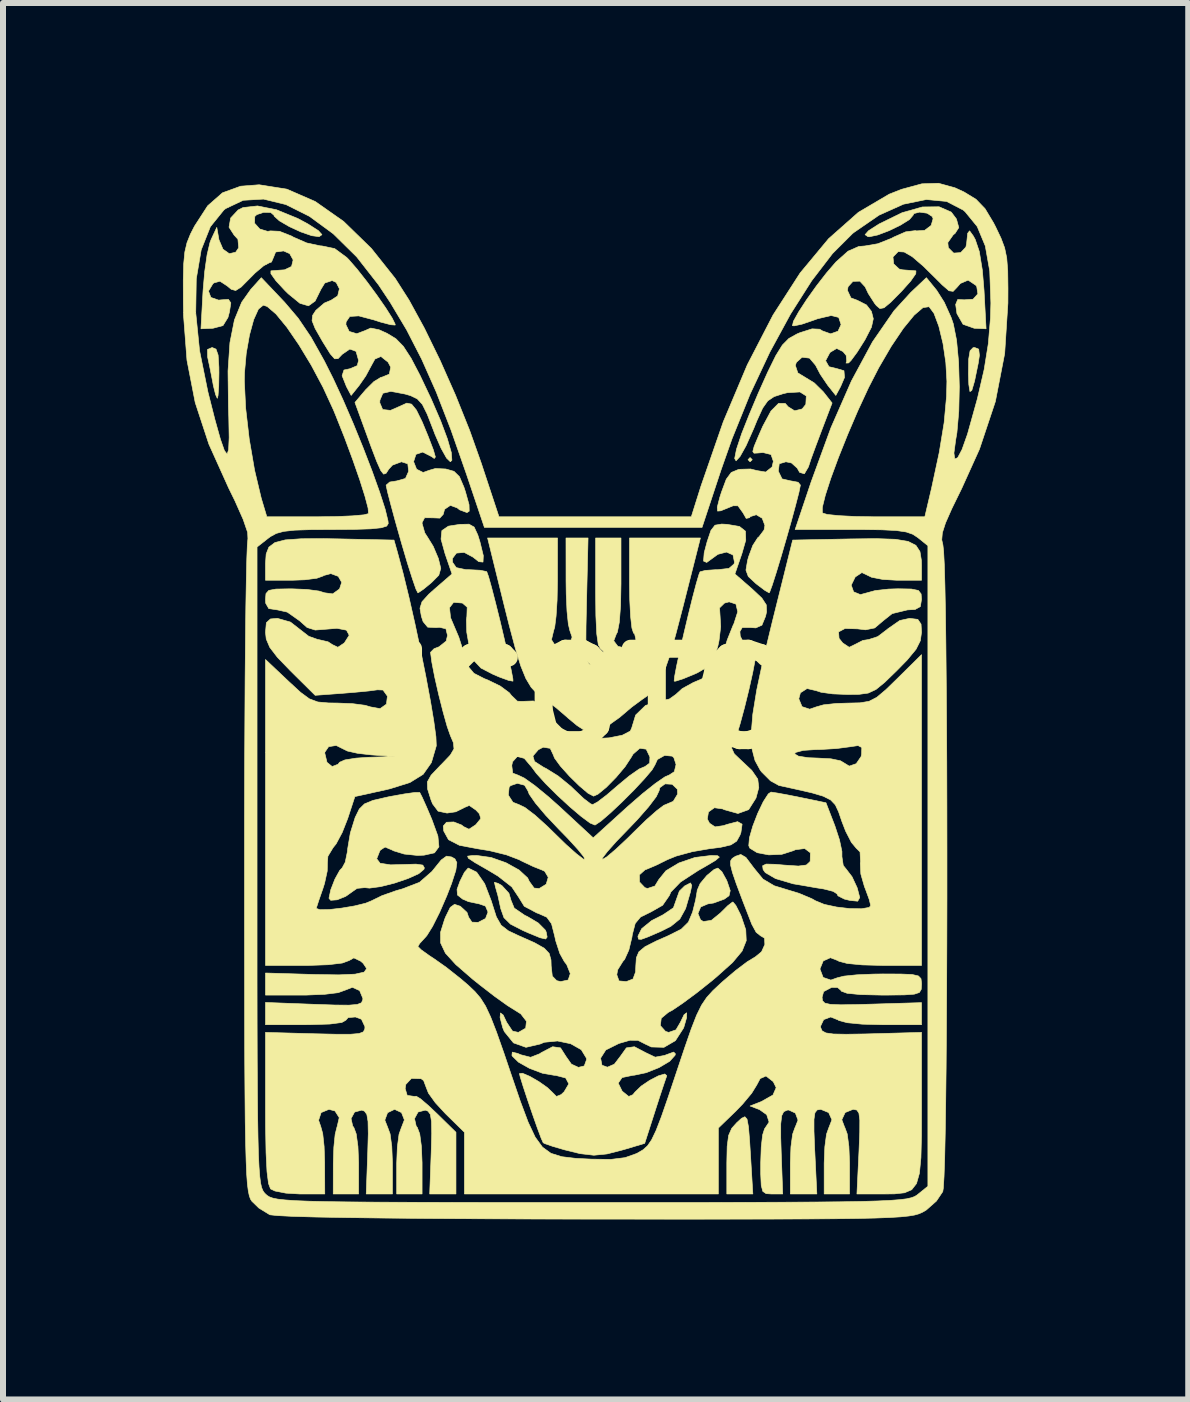
<source format=kicad_pcb>
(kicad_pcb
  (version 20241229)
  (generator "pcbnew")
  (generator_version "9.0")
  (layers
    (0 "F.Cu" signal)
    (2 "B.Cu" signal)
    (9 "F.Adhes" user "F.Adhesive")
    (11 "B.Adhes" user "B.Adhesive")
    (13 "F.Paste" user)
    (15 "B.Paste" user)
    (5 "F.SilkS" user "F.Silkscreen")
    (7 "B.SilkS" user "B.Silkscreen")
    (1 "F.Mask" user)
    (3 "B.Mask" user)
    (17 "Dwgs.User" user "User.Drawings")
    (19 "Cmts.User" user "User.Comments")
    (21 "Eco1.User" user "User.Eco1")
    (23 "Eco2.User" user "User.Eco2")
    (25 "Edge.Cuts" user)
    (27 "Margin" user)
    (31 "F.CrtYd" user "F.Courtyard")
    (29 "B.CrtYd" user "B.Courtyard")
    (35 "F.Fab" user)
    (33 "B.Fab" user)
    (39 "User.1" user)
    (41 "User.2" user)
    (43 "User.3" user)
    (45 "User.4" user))
  (footprint "ICOTC"
    (layer "F.Cu")
    (at 6.738 8.599)
    (property "Reference" "ICOTC" (at 0 0 0) (layer "F.SilkS") (effects (font (size 1.524 1.524) (thickness 0.3))))
    (attr through_hole)
    (fp_poly (pts (xy 2.752 -3.986) (xy 2.716 -3.951) (xy 2.681 -3.986) (xy 2.716 -4.022) (xy 2.752 -3.986)) (stroke (width 0.01) (type solid)) (fill yes) (layer "F.SilkS"))
    (fp_poly (pts (xy 6.527 -5.829) (xy 6.539 -5.725) (xy 6.519 -5.592) (xy 6.458 -5.296) (xy 6.412 -5.14) (xy 6.381 -5.121) (xy 6.362 -5.24) (xy 6.356 -5.415) (xy 6.36 -5.664) (xy 6.383 -5.801) (xy 6.433 -5.853) (xy 6.459 -5.856) (xy 6.527 -5.829)) (stroke (width 0.01) (type solid)) (fill yes) (layer "F.SilkS"))
    (fp_poly (pts (xy 2.665 7.007) (xy 2.689 7.134) (xy 2.708 7.365) (xy 2.727 7.673) (xy 2.762 8.255) (xy 2.328 8.255) (xy 2.328 7.738) (xy 2.334 7.459) (xy 2.358 7.279) (xy 2.41 7.16) (xy 2.493 7.067) (xy 2.574 6.993) (xy 2.629 6.967) (xy 2.665 7.007)) (stroke (width 0.01) (type solid)) (fill yes) (layer "F.SilkS"))
    (fp_poly (pts (xy -6.187 -5.829) (xy -6.152 -5.73) (xy -6.139 -5.528) (xy -6.138 -5.433) (xy -6.142 -5.209) (xy -6.153 -5.056) (xy -6.166 -5.009) (xy -6.194 -5.071) (xy -6.232 -5.224) (xy -6.241 -5.274) (xy -6.284 -5.495) (xy -6.324 -5.683) (xy -6.327 -5.697) (xy -6.329 -5.823) (xy -6.252 -5.856) (xy -6.187 -5.829)) (stroke (width 0.01) (type solid)) (fill yes) (layer "F.SilkS"))
    (fp_poly (pts (xy 1.744 3.112) (xy 1.72 3.226) (xy 1.641 3.497) (xy 1.544 3.672) (xy 1.395 3.793) (xy 1.229 3.876) (xy 1.017 3.968) (xy 0.902 4.01) (xy 0.856 4.007) (xy 0.847 3.967) (xy 0.847 3.956) (xy 0.909 3.832) (xy 1.074 3.698) (xy 1.264 3.601) (xy 1.438 3.484) (xy 1.482 3.36) (xy 1.537 3.206) (xy 1.625 3.12) (xy 1.723 3.069) (xy 1.744 3.112)) (stroke (width 0.01) (type solid)) (fill yes) (layer "F.SilkS"))
    (fp_poly (pts (xy -1.484 3.077) (xy -1.421 3.114) (xy -1.304 3.242) (xy -1.27 3.358) (xy -1.216 3.489) (xy -1.042 3.608) (xy -0.994 3.631) (xy -0.814 3.738) (xy -0.698 3.855) (xy -0.683 3.888) (xy -0.667 3.972) (xy -0.692 4.004) (xy -0.785 3.983) (xy -0.972 3.906) (xy -1.07 3.863) (xy -1.277 3.757) (xy -1.387 3.649) (xy -1.441 3.497) (xy -1.445 3.477) (xy -1.488 3.28) (xy -1.53 3.133) (xy -1.531 3.128) (xy -1.546 3.059) (xy -1.484 3.077)) (stroke (width 0.01) (type solid)) (fill yes) (layer "F.SilkS"))
    (fp_poly (pts (xy 3.17 1.571) (xy 3.366 1.607) (xy 3.56 1.646) (xy 3.981 1.733) (xy 4.13 2.119) (xy 4.206 2.351) (xy 4.247 2.544) (xy 4.247 2.631) (xy 4.269 2.778) (xy 4.321 2.843) (xy 4.416 2.967) (xy 4.501 3.15) (xy 4.503 3.157) (xy 4.544 3.313) (xy 4.51 3.374) (xy 4.379 3.361) (xy 4.286 3.338) (xy 4.182 3.285) (xy 4.163 3.25) (xy 4.1 3.21) (xy 3.939 3.169) (xy 3.828 3.152) (xy 3.433 3.084) (xy 3.142 2.998) (xy 2.97 2.898) (xy 2.933 2.846) (xy 2.925 2.783) (xy 2.984 2.755) (xy 3.137 2.759) (xy 3.283 2.772) (xy 3.521 2.788) (xy 3.654 2.771) (xy 3.714 2.715) (xy 3.718 2.707) (xy 3.721 2.567) (xy 3.627 2.496) (xy 3.471 2.516) (xy 3.436 2.532) (xy 3.244 2.593) (xy 3.028 2.602) (xy 2.835 2.566) (xy 2.712 2.49) (xy 2.694 2.449) (xy 2.705 2.317) (xy 2.761 2.123) (xy 2.844 1.908) (xy 2.936 1.715) (xy 3.02 1.585) (xy 3.065 1.555) (xy 3.17 1.571)) (stroke (width 0.01) (type solid)) (fill yes) (layer "F.SilkS"))
    (fp_poly (pts (xy -2.791 1.562) (xy -2.753 1.635) (xy -2.678 1.802) (xy -2.589 2.011) (xy -2.488 2.289) (xy -2.471 2.468) (xy -2.545 2.568) (xy -2.72 2.607) (xy -2.832 2.611) (xy -3.051 2.588) (xy -3.23 2.533) (xy -3.249 2.522) (xy -3.369 2.471) (xy -3.446 2.521) (xy -3.458 2.54) (xy -3.508 2.667) (xy -3.452 2.741) (xy -3.278 2.768) (xy -3.08 2.763) (xy -2.853 2.756) (xy -2.74 2.772) (xy -2.714 2.818) (xy -2.721 2.843) (xy -2.807 2.915) (xy -2.986 2.996) (xy -3.213 3.073) (xy -3.443 3.131) (xy -3.629 3.156) (xy -3.708 3.148) (xy -3.835 3.16) (xy -3.899 3.204) (xy -4.026 3.294) (xy -4.168 3.351) (xy -4.275 3.359) (xy -4.304 3.325) (xy -4.274 3.183) (xy -4.205 3.006) (xy -4.125 2.861) (xy -4.083 2.817) (xy -4.033 2.724) (xy -3.997 2.549) (xy -3.992 2.498) (xy -3.948 2.237) (xy -3.869 1.983) (xy -3.865 1.973) (xy -3.798 1.837) (xy -3.712 1.752) (xy -3.57 1.693) (xy -3.334 1.639) (xy -3.287 1.629) (xy -3.048 1.586) (xy -2.87 1.561) (xy -2.791 1.561) (xy -2.791 1.562)) (stroke (width 0.01) (type solid)) (fill yes) (layer "F.SilkS"))
    (fp_poly (pts (xy -0.495 -1.958) (xy -0.501 -1.644) (xy -0.518 -1.378) (xy -0.541 -1.194) (xy -0.559 -1.135) (xy -0.595 -0.985) (xy -0.524 -0.874) (xy -0.423 -0.847) (xy -0.292 -0.901) (xy -0.251 -1.029) (xy -0.288 -1.135) (xy -0.314 -1.245) (xy -0.336 -1.46) (xy -0.349 -1.746) (xy -0.352 -1.958) (xy -0.353 -2.681) (xy 0.015 -2.681) (xy -0.01 -1.623) (xy -0.019 -1.215) (xy -0.021 -0.928) (xy -0.014 -0.74) (xy 0.004 -0.63) (xy 0.034 -0.579) (xy 0.08 -0.565) (xy 0.09 -0.564) (xy 0.2 -0.608) (xy 0.268 -0.704) (xy 0.267 -0.798) (xy 0.224 -0.831) (xy 0.186 -0.899) (xy 0.16 -1.081) (xy 0.145 -1.386) (xy 0.141 -1.77) (xy 0.141 -2.681) (xy 0.564 -2.681) (xy 0.564 -1.919) (xy 0.557 -1.553) (xy 0.536 -1.276) (xy 0.504 -1.111) (xy 0.486 -1.079) (xy 0.443 -0.966) (xy 0.512 -0.875) (xy 0.632 -0.847) (xy 0.749 -0.891) (xy 0.813 -0.988) (xy 0.791 -1.082) (xy 0.773 -1.096) (xy 0.746 -1.179) (xy 0.724 -1.373) (xy 0.71 -1.647) (xy 0.706 -1.909) (xy 0.706 -2.681) (xy 1.888 -2.681) (xy 1.597 -1.533) (xy 1.475 -1.066) (xy 1.375 -0.714) (xy 1.286 -0.458) (xy 1.2 -0.275) (xy 1.107 -0.145) (xy 0.997 -0.045) (xy 0.917 0.01) (xy 0.742 0.139) (xy 0.555 0.298) (xy 0.544 0.308) (xy 0.306 0.476) (xy 0.076 0.54) (xy -0.057 0.518) (xy -0.168 0.446) (xy -0.319 0.321) (xy -0.339 0.302) (xy -0.523 0.145) (xy -0.702 0.013) (xy -0.706 0.01) (xy -0.83 -0.081) (xy -0.933 -0.191) (xy -1.022 -0.339) (xy -1.107 -0.548) (xy -1.197 -0.84) (xy -1.302 -1.235) (xy -1.377 -1.534) (xy -1.66 -2.681) (xy -0.494 -2.681) (xy -0.495 -1.958)) (stroke (width 0.01) (type solid)) (fill yes) (layer "F.SilkS"))
    (fp_poly (pts (xy -5.181 -8.153) (xy -4.824 -8.007) (xy -4.657 -7.917) (xy -4.48 -7.804) (xy -4.421 -7.737) (xy -4.468 -7.704) (xy -4.469 -7.704) (xy -4.591 -7.72) (xy -4.773 -7.783) (xy -4.968 -7.873) (xy -5.131 -7.968) (xy -5.217 -8.046) (xy -5.221 -8.061) (xy -5.276 -8.107) (xy -5.394 -8.109) (xy -5.508 -8.071) (xy -5.541 -8.04) (xy -5.544 -7.928) (xy -5.457 -7.831) (xy -5.326 -7.792) (xy -5.279 -7.8) (xy -5.128 -7.793) (xy -4.93 -7.715) (xy -4.897 -7.696) (xy -4.675 -7.599) (xy -4.451 -7.551) (xy -4.42 -7.549) (xy -4.209 -7.505) (xy -4.008 -7.357) (xy -3.972 -7.32) (xy -3.834 -7.161) (xy -3.672 -6.955) (xy -3.507 -6.731) (xy -3.359 -6.518) (xy -3.25 -6.346) (xy -3.2 -6.244) (xy -3.201 -6.23) (xy -3.276 -6.236) (xy -3.441 -6.279) (xy -3.555 -6.316) (xy -3.808 -6.383) (xy -3.957 -6.374) (xy -4.018 -6.284) (xy -4.022 -6.238) (xy -3.967 -6.124) (xy -3.841 -6.086) (xy -3.705 -6.137) (xy -3.608 -6.18) (xy -3.469 -6.152) (xy -3.336 -6.092) (xy -3.189 -6.003) (xy -3.064 -5.875) (xy -2.936 -5.678) (xy -2.787 -5.393) (xy -2.598 -4.994) (xy -2.443 -4.635) (xy -2.33 -4.333) (xy -2.265 -4.107) (xy -2.255 -3.977) (xy -2.28 -3.951) (xy -2.344 -4.013) (xy -2.435 -4.176) (xy -2.537 -4.41) (xy -2.563 -4.479) (xy -2.666 -4.744) (xy -2.747 -4.907) (xy -2.832 -5) (xy -2.945 -5.054) (xy -3.039 -5.081) (xy -3.274 -5.125) (xy -3.406 -5.093) (xy -3.455 -4.978) (xy -3.457 -4.935) (xy -3.409 -4.822) (xy -3.278 -4.808) (xy -3.105 -4.884) (xy -3.007 -4.929) (xy -2.927 -4.912) (xy -2.847 -4.814) (xy -2.75 -4.616) (xy -2.653 -4.382) (xy -2.564 -4.15) (xy -2.53 -4.031) (xy -2.549 -4.006) (xy -2.594 -4.038) (xy -2.742 -4.113) (xy -2.854 -4.075) (xy -2.893 -3.953) (xy -2.843 -3.827) (xy -2.734 -3.773) (xy -2.637 -3.808) (xy -2.53 -3.839) (xy -2.358 -3.831) (xy -2.357 -3.831) (xy -2.22 -3.792) (xy -2.13 -3.704) (xy -2.054 -3.527) (xy -2.029 -3.451) (xy -1.969 -3.236) (xy -1.966 -3.128) (xy -2.003 -3.104) (xy -2.126 -3.15) (xy -2.167 -3.183) (xy -2.281 -3.224) (xy -2.377 -3.159) (xy -2.399 -3.075) (xy -2.457 -3.012) (xy -2.575 -3.017) (xy -2.71 -3.018) (xy -2.751 -2.939) (xy -2.752 -2.924) (xy -2.707 -2.766) (xy -2.656 -2.687) (xy -2.567 -2.543) (xy -2.484 -2.348) (xy -2.481 -2.341) (xy -2.44 -2.174) (xy -2.473 -2.06) (xy -2.595 -1.937) (xy -2.73 -1.826) (xy -2.816 -1.768) (xy -2.822 -1.766) (xy -2.854 -1.829) (xy -2.914 -2.003) (xy -2.996 -2.261) (xy -3.09 -2.579) (xy -3.104 -2.628) (xy -3.198 -2.96) (xy -3.275 -3.245) (xy -3.329 -3.453) (xy -3.351 -3.558) (xy -3.351 -3.562) (xy -3.291 -3.614) (xy -3.175 -3.632) (xy -3.029 -3.673) (xy -2.976 -3.792) (xy -2.99 -3.917) (xy -3.096 -3.951) (xy -3.246 -3.895) (xy -3.307 -3.828) (xy -3.352 -3.759) (xy -3.393 -3.745) (xy -3.44 -3.804) (xy -3.507 -3.954) (xy -3.605 -4.211) (xy -3.658 -4.357) (xy -3.871 -4.94) (xy -3.693 -5.151) (xy -3.556 -5.287) (xy -3.439 -5.359) (xy -3.42 -5.362) (xy -3.298 -5.412) (xy -3.275 -5.529) (xy -3.319 -5.612) (xy -3.439 -5.707) (xy -3.538 -5.663) (xy -3.597 -5.556) (xy -3.691 -5.381) (xy -3.798 -5.227) (xy -3.934 -5.057) (xy -4.013 -5.205) (xy -4.085 -5.386) (xy -4.054 -5.481) (xy -3.951 -5.503) (xy -3.833 -5.554) (xy -3.81 -5.64) (xy -3.853 -5.792) (xy -3.957 -5.83) (xy -4.086 -5.741) (xy -4.086 -5.74) (xy -4.153 -5.67) (xy -4.21 -5.668) (xy -4.283 -5.751) (xy -4.399 -5.937) (xy -4.417 -5.967) (xy -4.535 -6.174) (xy -4.586 -6.303) (xy -4.577 -6.392) (xy -4.522 -6.476) (xy -4.381 -6.597) (xy -4.269 -6.644) (xy -4.159 -6.716) (xy -4.13 -6.835) (xy -4.184 -6.941) (xy -4.251 -6.972) (xy -4.374 -6.931) (xy -4.437 -6.828) (xy -4.535 -6.63) (xy -4.645 -6.551) (xy -4.787 -6.592) (xy -4.982 -6.751) (xy -5.037 -6.805) (xy -5.188 -6.968) (xy -5.272 -7.086) (xy -5.272 -7.134) (xy -5.131 -7.145) (xy -5.045 -7.151) (xy -4.928 -7.207) (xy -4.901 -7.316) (xy -4.959 -7.421) (xy -5.062 -7.466) (xy -5.193 -7.448) (xy -5.221 -7.378) (xy -5.262 -7.281) (xy -5.301 -7.267) (xy -5.392 -7.219) (xy -5.536 -7.098) (xy -5.621 -7.012) (xy -5.768 -6.864) (xy -5.859 -6.806) (xy -5.933 -6.826) (xy -5.999 -6.881) (xy -6.121 -6.961) (xy -6.221 -6.933) (xy -6.239 -6.919) (xy -6.312 -6.797) (xy -6.273 -6.691) (xy -6.144 -6.646) (xy -6.093 -6.651) (xy -5.98 -6.658) (xy -5.94 -6.6) (xy -5.963 -6.449) (xy -5.988 -6.356) (xy -6.071 -6.221) (xy -6.237 -6.177) (xy -6.438 -6.168) (xy -6.403 -6.806) (xy -6.376 -7.119) (xy -6.336 -7.401) (xy -6.288 -7.605) (xy -6.271 -7.651) (xy -6.174 -7.859) (xy -6.138 -7.652) (xy -6.071 -7.495) (xy -5.965 -7.42) (xy -5.859 -7.445) (xy -5.809 -7.519) (xy -5.822 -7.661) (xy -5.886 -7.731) (xy -5.97 -7.862) (xy -5.943 -8.015) (xy -5.818 -8.149) (xy -5.737 -8.189) (xy -5.496 -8.216) (xy -5.181 -8.153)) (stroke (width 0.01) (type solid)) (fill yes) (layer "F.SilkS"))
    (fp_poly (pts (xy 6.07 -8.113) (xy 6.156 -7.998) (xy 6.195 -7.855) (xy 6.133 -7.758) (xy 6.103 -7.735) (xy 6.012 -7.605) (xy 6.021 -7.519) (xy 6.11 -7.43) (xy 6.227 -7.438) (xy 6.313 -7.53) (xy 6.325 -7.586) (xy 6.343 -7.76) (xy 6.375 -7.801) (xy 6.436 -7.717) (xy 6.469 -7.657) (xy 6.537 -7.456) (xy 6.588 -7.144) (xy 6.616 -6.807) (xy 6.65 -6.168) (xy 6.452 -6.177) (xy 6.266 -6.243) (xy 6.164 -6.422) (xy 6.143 -6.573) (xy 6.177 -6.656) (xy 6.287 -6.651) (xy 6.433 -6.661) (xy 6.513 -6.75) (xy 6.494 -6.874) (xy 6.478 -6.894) (xy 6.351 -6.979) (xy 6.222 -6.924) (xy 6.168 -6.862) (xy 6.101 -6.792) (xy 6.031 -6.802) (xy 5.917 -6.901) (xy 5.869 -6.95) (xy 5.608 -7.208) (xy 5.419 -7.37) (xy 5.285 -7.448) (xy 5.189 -7.454) (xy 5.181 -7.451) (xy 5.098 -7.365) (xy 5.11 -7.25) (xy 5.202 -7.164) (xy 5.258 -7.151) (xy 5.417 -7.139) (xy 5.481 -7.134) (xy 5.478 -7.085) (xy 5.393 -6.963) (xy 5.243 -6.795) (xy 5.234 -6.786) (xy 5.057 -6.607) (xy 4.949 -6.518) (xy 4.881 -6.505) (xy 4.822 -6.554) (xy 4.792 -6.592) (xy 4.686 -6.757) (xy 4.634 -6.867) (xy 4.546 -6.962) (xy 4.431 -6.959) (xy 4.349 -6.869) (xy 4.339 -6.808) (xy 4.397 -6.683) (xy 4.502 -6.644) (xy 4.656 -6.566) (xy 4.739 -6.458) (xy 4.77 -6.335) (xy 4.739 -6.194) (xy 4.634 -5.99) (xy 4.622 -5.97) (xy 4.501 -5.778) (xy 4.398 -5.639) (xy 4.357 -5.598) (xy 4.315 -5.597) (xy 4.327 -5.626) (xy 4.318 -5.724) (xy 4.264 -5.789) (xy 4.159 -5.841) (xy 4.055 -5.778) (xy 4.045 -5.769) (xy 3.975 -5.636) (xy 4.031 -5.536) (xy 4.167 -5.503) (xy 4.281 -5.469) (xy 4.29 -5.357) (xy 4.225 -5.205) (xy 4.145 -5.057) (xy 4.01 -5.227) (xy 3.886 -5.41) (xy 3.807 -5.561) (xy 3.707 -5.679) (xy 3.583 -5.694) (xy 3.487 -5.608) (xy 3.471 -5.556) (xy 3.512 -5.433) (xy 3.619 -5.368) (xy 3.787 -5.265) (xy 3.937 -5.117) (xy 4.083 -4.931) (xy 3.903 -4.459) (xy 3.808 -4.206) (xy 3.73 -3.993) (xy 3.688 -3.864) (xy 3.687 -3.863) (xy 3.621 -3.751) (xy 3.542 -3.774) (xy 3.502 -3.845) (xy 3.407 -3.931) (xy 3.313 -3.951) (xy 3.202 -3.918) (xy 3.187 -3.796) (xy 3.188 -3.792) (xy 3.249 -3.666) (xy 3.387 -3.634) (xy 3.516 -3.61) (xy 3.555 -3.563) (xy 3.531 -3.444) (xy 3.477 -3.235) (xy 3.404 -2.965) (xy 3.319 -2.666) (xy 3.232 -2.367) (xy 3.151 -2.1) (xy 3.085 -1.894) (xy 3.043 -1.78) (xy 3.034 -1.766) (xy 2.961 -1.808) (xy 2.829 -1.908) (xy 2.806 -1.927) (xy 2.686 -2.039) (xy 2.647 -2.145) (xy 2.674 -2.306) (xy 2.69 -2.365) (xy 2.761 -2.556) (xy 2.844 -2.685) (xy 2.865 -2.702) (xy 2.949 -2.814) (xy 2.963 -2.889) (xy 2.918 -3.01) (xy 2.818 -3.069) (xy 2.72 -3.037) (xy 2.707 -3.019) (xy 2.651 -3.007) (xy 2.598 -3.1) (xy 2.514 -3.217) (xy 2.434 -3.218) (xy 2.272 -3.152) (xy 2.227 -3.134) (xy 2.174 -3.129) (xy 2.169 -3.195) (xy 2.211 -3.358) (xy 2.239 -3.445) (xy 2.319 -3.66) (xy 2.402 -3.773) (xy 2.518 -3.821) (xy 2.55 -3.826) (xy 2.724 -3.831) (xy 2.832 -3.804) (xy 2.976 -3.78) (xy 3.082 -3.864) (xy 3.104 -3.959) (xy 3.065 -4.072) (xy 2.932 -4.105) (xy 2.84 -4.097) (xy 2.782 -4.094) (xy 2.761 -4.122) (xy 2.784 -4.208) (xy 2.856 -4.38) (xy 2.927 -4.542) (xy 3.064 -4.797) (xy 3.191 -4.925) (xy 3.302 -4.924) (xy 3.351 -4.868) (xy 3.459 -4.801) (xy 3.584 -4.832) (xy 3.645 -4.908) (xy 3.653 -5.048) (xy 3.547 -5.115) (xy 3.338 -5.103) (xy 3.263 -5.085) (xy 3.115 -5.037) (xy 3.011 -4.967) (xy 2.925 -4.845) (xy 2.83 -4.637) (xy 2.775 -4.502) (xy 2.649 -4.219) (xy 2.549 -4.04) (xy 2.482 -3.967) (xy 2.459 -4.006) (xy 2.489 -4.159) (xy 2.576 -4.421) (xy 2.7 -4.733) (xy 2.853 -5.096) (xy 3.004 -5.433) (xy 3.01 -5.446) (xy 3.145 -5.721) (xy 3.254 -5.897) (xy 3.363 -6.007) (xy 3.498 -6.082) (xy 3.545 -6.102) (xy 3.749 -6.167) (xy 3.876 -6.161) (xy 3.922 -6.133) (xy 4.059 -6.084) (xy 4.182 -6.128) (xy 4.233 -6.238) (xy 4.193 -6.358) (xy 4.066 -6.389) (xy 3.84 -6.335) (xy 3.771 -6.31) (xy 3.581 -6.245) (xy 3.451 -6.217) (xy 3.422 -6.22) (xy 3.439 -6.294) (xy 3.525 -6.448) (xy 3.658 -6.653) (xy 3.82 -6.88) (xy 3.989 -7.098) (xy 4.145 -7.279) (xy 4.151 -7.285) (xy 4.349 -7.462) (xy 4.527 -7.54) (xy 4.632 -7.549) (xy 4.846 -7.586) (xy 5.075 -7.677) (xy 5.109 -7.696) (xy 5.309 -7.784) (xy 5.472 -7.805) (xy 5.491 -7.8) (xy 5.626 -7.809) (xy 5.734 -7.891) (xy 5.767 -8.003) (xy 5.752 -8.04) (xy 5.666 -8.095) (xy 5.541 -8.113) (xy 5.447 -8.089) (xy 5.433 -8.061) (xy 5.373 -7.99) (xy 5.225 -7.897) (xy 5.034 -7.804) (xy 4.844 -7.732) (xy 4.703 -7.702) (xy 4.681 -7.704) (xy 4.633 -7.737) (xy 4.691 -7.803) (xy 4.866 -7.915) (xy 4.868 -7.916) (xy 5.25 -8.103) (xy 5.588 -8.199) (xy 5.867 -8.202) (xy 6.07 -8.113)) (stroke (width 0.01) (type solid)) (fill yes) (layer "F.SilkS"))
    (fp_poly (pts (xy 6.13 -8.519) (xy 6.282 -8.449) (xy 6.482 -8.327) (xy 6.633 -8.17) (xy 6.775 -7.933) (xy 6.809 -7.867) (xy 6.899 -7.678) (xy 6.959 -7.518) (xy 6.994 -7.35) (xy 7.011 -7.136) (xy 7.015 -6.841) (xy 7.014 -6.597) (xy 6.96 -5.755) (xy 6.805 -4.956) (xy 6.54 -4.162) (xy 6.244 -3.507) (xy 6.079 -3.17) (xy 5.974 -2.932) (xy 5.921 -2.767) (xy 5.911 -2.65) (xy 5.93 -2.567) (xy 5.942 -2.464) (xy 5.954 -2.233) (xy 5.964 -1.889) (xy 5.973 -1.444) (xy 5.98 -0.912) (xy 5.986 -0.308) (xy 5.991 0.355) (xy 5.995 1.064) (xy 5.997 1.805) (xy 5.998 2.564) (xy 5.998 3.328) (xy 5.996 4.083) (xy 5.993 4.815) (xy 5.989 5.511) (xy 5.984 6.157) (xy 5.977 6.739) (xy 5.969 7.244) (xy 5.96 7.658) (xy 5.949 7.968) (xy 5.937 8.159) (xy 5.928 8.215) (xy 5.822 8.373) (xy 5.653 8.522) (xy 5.629 8.537) (xy 5.582 8.563) (xy 5.528 8.586) (xy 5.457 8.606) (xy 5.36 8.622) (xy 5.225 8.636) (xy 5.044 8.647) (xy 4.807 8.656) (xy 4.503 8.663) (xy 4.124 8.668) (xy 3.658 8.671) (xy 3.096 8.673) (xy 2.429 8.674) (xy 1.646 8.675) (xy 0.737 8.674) (xy 0.141 8.674) (xy -0.887 8.672) (xy -1.823 8.668) (xy -2.661 8.663) (xy -3.394 8.656) (xy -4.017 8.648) (xy -4.524 8.639) (xy -4.908 8.628) (xy -5.165 8.615) (xy -5.286 8.602) (xy -5.292 8.6) (xy -5.473 8.489) (xy -5.59 8.375) (xy -5.613 8.339) (xy -5.632 8.285) (xy -5.649 8.204) (xy -5.664 8.087) (xy -5.676 7.923) (xy -5.685 7.705) (xy -5.693 7.421) (xy -5.7 7.062) (xy -5.704 6.62) (xy -5.708 6.084) (xy -5.71 5.445) (xy -5.711 4.693) (xy -5.712 3.819) (xy -5.712 2.822) (xy -5.712 1.961) (xy -5.71 1.139) (xy -5.706 0.369) (xy -5.702 -0.339) (xy -5.696 -0.974) (xy -5.69 -1.525) (xy -5.682 -1.98) (xy -5.674 -2.329) (xy -5.665 -2.56) (xy -5.656 -2.663) (xy -5.655 -2.667) (xy -5.66 -2.774) (xy -5.734 -2.99) (xy -5.873 -3.303) (xy -5.976 -3.513) (xy -6.306 -4.245) (xy -6.534 -4.939) (xy -6.671 -5.642) (xy -6.729 -6.398) (xy -6.729 -6.436) (xy -6.525 -6.436) (xy -6.461 -5.801) (xy -6.322 -5.115) (xy -6.205 -4.653) (xy -6.114 -4.328) (xy -6.047 -4.137) (xy -6.002 -4.079) (xy -5.977 -4.152) (xy -5.968 -4.355) (xy -5.974 -4.685) (xy -5.98 -4.869) (xy -5.985 -5.301) (xy -5.715 -5.301) (xy -5.693 -4.847) (xy -5.633 -4.328) (xy -5.544 -3.81) (xy -5.437 -3.36) (xy -5.426 -3.32) (xy -5.34 -3.034) (xy -4.509 -3.034) (xy -4.181 -3.038) (xy -3.909 -3.05) (xy -3.72 -3.067) (xy -3.645 -3.087) (xy -3.652 -3.179) (xy -3.704 -3.376) (xy -3.792 -3.654) (xy -3.908 -3.987) (xy -4.043 -4.351) (xy -4.19 -4.72) (xy -4.228 -4.813) (xy -4.401 -5.189) (xy -4.598 -5.559) (xy -4.805 -5.901) (xy -5.006 -6.194) (xy -5.187 -6.414) (xy -5.334 -6.54) (xy -5.399 -6.562) (xy -5.48 -6.496) (xy -5.559 -6.321) (xy -5.629 -6.065) (xy -5.683 -5.76) (xy -5.712 -5.437) (xy -5.715 -5.301) (xy -5.985 -5.301) (xy -5.987 -5.463) (xy -5.955 -5.938) (xy -5.88 -6.315) (xy -5.759 -6.611) (xy -5.608 -6.824) (xy -5.432 -7.02) (xy -5.043 -6.61) (xy -4.817 -6.344) (xy -4.604 -6.029) (xy -4.381 -5.631) (xy -4.235 -5.34) (xy -4.071 -4.986) (xy -3.901 -4.593) (xy -3.736 -4.188) (xy -3.585 -3.796) (xy -3.459 -3.444) (xy -3.367 -3.159) (xy -3.32 -2.965) (xy -3.316 -2.921) (xy -3.342 -2.879) (xy -3.432 -2.851) (xy -3.606 -2.833) (xy -3.884 -2.824) (xy -4.224 -2.822) (xy -4.606 -2.82) (xy -4.874 -2.811) (xy -5.057 -2.791) (xy -5.182 -2.757) (xy -5.278 -2.705) (xy -5.317 -2.676) (xy -5.503 -2.53) (xy -5.503 2.792) (xy -5.503 3.785) (xy -5.503 4.646) (xy -5.502 5.386) (xy -5.5 6.013) (xy -5.497 6.538) (xy -5.493 6.969) (xy -5.487 7.318) (xy -5.48 7.593) (xy -5.47 7.803) (xy -5.458 7.96) (xy -5.444 8.071) (xy -5.427 8.147) (xy -5.406 8.198) (xy -5.383 8.233) (xy -5.362 8.255) (xy -5.333 8.281) (xy -5.295 8.304) (xy -5.239 8.324) (xy -5.155 8.341) (xy -5.034 8.354) (xy -4.866 8.366) (xy -4.64 8.375) (xy -4.348 8.382) (xy -3.98 8.387) (xy -3.527 8.391) (xy -2.977 8.393) (xy -2.323 8.395) (xy -1.553 8.396) (xy -0.659 8.396) (xy 0.063 8.396) (xy 1.053 8.396) (xy 1.911 8.396) (xy 2.648 8.394) (xy 3.273 8.392) (xy 3.796 8.389) (xy 4.226 8.385) (xy 4.573 8.379) (xy 4.847 8.371) (xy 5.057 8.361) (xy 5.214 8.349) (xy 5.327 8.335) (xy 5.405 8.317) (xy 5.459 8.297) (xy 5.498 8.273) (xy 5.513 8.261) (xy 5.68 8.126) (xy 5.68 -2.552) (xy 5.513 -2.687) (xy 5.428 -2.743) (xy 5.318 -2.781) (xy 5.155 -2.805) (xy 4.914 -2.817) (xy 4.569 -2.822) (xy 4.407 -2.822) (xy 3.467 -2.822) (xy 3.56 -3.098) (xy 3.92 -3.098) (xy 4.002 -3.073) (xy 4.196 -3.053) (xy 4.473 -3.039) (xy 4.794 -3.034) (xy 5.629 -3.034) (xy 5.741 -3.51) (xy 5.869 -4.105) (xy 5.951 -4.604) (xy 5.991 -5.043) (xy 5.997 -5.292) (xy 5.979 -5.604) (xy 5.932 -5.922) (xy 5.863 -6.208) (xy 5.782 -6.425) (xy 5.7 -6.536) (xy 5.598 -6.521) (xy 5.45 -6.394) (xy 5.27 -6.174) (xy 5.069 -5.876) (xy 4.861 -5.519) (xy 4.69 -5.186) (xy 4.511 -4.8) (xy 4.342 -4.404) (xy 4.189 -4.022) (xy 4.062 -3.677) (xy 3.97 -3.393) (xy 3.92 -3.191) (xy 3.92 -3.098) (xy 3.56 -3.098) (xy 3.734 -3.616) (xy 4.064 -4.519) (xy 4.406 -5.299) (xy 4.757 -5.95) (xy 5.115 -6.468) (xy 5.394 -6.773) (xy 5.655 -7.02) (xy 5.827 -6.809) (xy 5.953 -6.61) (xy 6.068 -6.355) (xy 6.104 -6.249) (xy 6.158 -5.977) (xy 6.192 -5.612) (xy 6.204 -5.202) (xy 6.195 -4.794) (xy 6.164 -4.437) (xy 6.144 -4.32) (xy 6.114 -4.097) (xy 6.128 -3.998) (xy 6.177 -4.019) (xy 6.249 -4.155) (xy 6.336 -4.4) (xy 6.344 -4.425) (xy 6.505 -5.002) (xy 6.618 -5.489) (xy 6.688 -5.924) (xy 6.723 -6.349) (xy 6.73 -6.597) (xy 6.711 -7.13) (xy 6.637 -7.549) (xy 6.502 -7.873) (xy 6.301 -8.119) (xy 6.269 -8.147) (xy 5.992 -8.291) (xy 5.654 -8.323) (xy 5.273 -8.245) (xy 4.865 -8.062) (xy 4.451 -7.777) (xy 4.423 -7.755) (xy 4.09 -7.422) (xy 3.743 -6.969) (xy 3.391 -6.415) (xy 3.045 -5.779) (xy 2.716 -5.079) (xy 2.415 -4.335) (xy 2.23 -3.81) (xy 1.915 -2.857) (xy -1.713 -2.857) (xy -2.01 -3.739) (xy -2.27 -4.482) (xy -2.515 -5.113) (xy -2.758 -5.66) (xy -3.009 -6.149) (xy -3.283 -6.608) (xy -3.478 -6.901) (xy -3.843 -7.368) (xy -4.232 -7.751) (xy -4.63 -8.043) (xy -5.022 -8.239) (xy -5.395 -8.33) (xy -5.734 -8.31) (xy -6.026 -8.172) (xy -6.057 -8.147) (xy -6.281 -7.87) (xy -6.434 -7.484) (xy -6.516 -7.001) (xy -6.525 -6.436) (xy -6.729 -6.436) (xy -6.732 -6.597) (xy -6.733 -6.978) (xy -6.726 -7.251) (xy -6.707 -7.448) (xy -6.671 -7.602) (xy -6.614 -7.745) (xy -6.546 -7.878) (xy -6.326 -8.218) (xy -6.079 -8.435) (xy -5.777 -8.545) (xy -5.468 -8.569) (xy -5.006 -8.496) (xy -4.533 -8.29) (xy -4.06 -7.958) (xy -3.597 -7.507) (xy -3.2 -7.008) (xy -2.969 -6.646) (xy -2.714 -6.179) (xy -2.451 -5.64) (xy -2.194 -5.06) (xy -1.958 -4.471) (xy -1.767 -3.933) (xy -1.47 -3.034) (xy 1.736 -3.034) (xy 1.897 -3.545) (xy 2.269 -4.617) (xy 2.67 -5.568) (xy 3.098 -6.396) (xy 3.55 -7.098) (xy 4.025 -7.67) (xy 4.521 -8.109) (xy 5.035 -8.412) (xy 5.241 -8.493) (xy 5.58 -8.585) (xy 5.857 -8.594) (xy 6.13 -8.519)) (stroke (width 0.01) (type solid)) (fill yes) (layer "F.SilkS"))
    (fp_poly (pts (xy 5.137 -2.659) (xy 5.35 -2.624) (xy 5.48 -2.558) (xy 5.548 -2.454) (xy 5.572 -2.305) (xy 5.574 -2.217) (xy 5.574 -1.976) (xy 5.165 -1.976) (xy 4.927 -1.99) (xy 4.742 -2.026) (xy 4.67 -2.061) (xy 4.58 -2.104) (xy 4.472 -2.033) (xy 4.468 -2.029) (xy 4.402 -1.895) (xy 4.442 -1.783) (xy 4.555 -1.737) (xy 4.659 -1.765) (xy 4.801 -1.804) (xy 5.023 -1.829) (xy 5.181 -1.834) (xy 5.405 -1.83) (xy 5.522 -1.806) (xy 5.567 -1.748) (xy 5.574 -1.658) (xy 5.554 -1.537) (xy 5.467 -1.489) (xy 5.339 -1.482) (xy 5.084 -1.42) (xy 4.936 -1.302) (xy 4.793 -1.181) (xy 4.64 -1.15) (xy 4.507 -1.166) (xy 4.299 -1.172) (xy 4.191 -1.115) (xy 4.199 -1.008) (xy 4.26 -0.931) (xy 4.368 -0.859) (xy 4.459 -0.903) (xy 4.459 -0.903) (xy 4.596 -0.973) (xy 4.694 -0.988) (xy 4.844 -1.037) (xy 5.002 -1.157) (xy 5.009 -1.164) (xy 5.211 -1.305) (xy 5.375 -1.341) (xy 5.512 -1.324) (xy 5.566 -1.245) (xy 5.574 -1.109) (xy 5.554 -0.968) (xy 5.482 -0.825) (xy 5.336 -0.648) (xy 5.166 -0.474) (xy 4.961 -0.275) (xy 4.814 -0.155) (xy 4.685 -0.095) (xy 4.531 -0.074) (xy 4.337 -0.072) (xy 4.093 -0.082) (xy 3.899 -0.109) (xy 3.816 -0.136) (xy 3.666 -0.171) (xy 3.555 -0.1) (xy 3.528 0) (xy 3.582 0.131) (xy 3.71 0.173) (xy 3.816 0.136) (xy 3.938 0.101) (xy 4.148 0.078) (xy 4.337 0.072) (xy 4.549 0.067) (xy 4.699 0.042) (xy 4.829 -0.025) (xy 4.981 -0.153) (xy 5.166 -0.333) (xy 5.574 -0.736) (xy 5.574 4.445) (xy 4.918 4.445) (xy 4.585 4.436) (xy 4.336 4.412) (xy 4.196 4.375) (xy 4.182 4.365) (xy 4.055 4.316) (xy 3.935 4.37) (xy 3.881 4.502) (xy 3.881 4.506) (xy 3.934 4.645) (xy 4.062 4.689) (xy 4.169 4.651) (xy 4.281 4.623) (xy 4.496 4.601) (xy 4.776 4.589) (xy 4.921 4.587) (xy 5.227 4.588) (xy 5.418 4.596) (xy 5.522 4.62) (xy 5.565 4.665) (xy 5.574 4.739) (xy 5.574 4.763) (xy 5.569 4.844) (xy 5.538 4.896) (xy 5.453 4.924) (xy 5.288 4.936) (xy 5.017 4.939) (xy 4.904 4.939) (xy 4.559 4.931) (xy 4.333 4.909) (xy 4.236 4.873) (xy 4.233 4.863) (xy 4.175 4.813) (xy 4.075 4.811) (xy 3.942 4.881) (xy 3.916 4.974) (xy 3.923 5.034) (xy 3.962 5.073) (xy 4.055 5.094) (xy 4.226 5.101) (xy 4.499 5.097) (xy 4.745 5.09) (xy 5.574 5.065) (xy 5.574 5.433) (xy 4.918 5.433) (xy 4.585 5.424) (xy 4.336 5.4) (xy 4.196 5.363) (xy 4.182 5.353) (xy 4.06 5.304) (xy 3.943 5.348) (xy 3.891 5.457) (xy 3.894 5.484) (xy 3.917 5.536) (xy 3.98 5.57) (xy 4.105 5.588) (xy 4.317 5.592) (xy 4.639 5.587) (xy 4.746 5.584) (xy 5.574 5.561) (xy 5.574 6.797) (xy 5.573 7.285) (xy 5.564 7.65) (xy 5.539 7.909) (xy 5.49 8.081) (xy 5.41 8.184) (xy 5.29 8.235) (xy 5.123 8.253) (xy 4.924 8.255) (xy 4.497 8.255) (xy 4.531 7.549) (xy 4.544 7.228) (xy 4.545 7.023) (xy 4.53 6.907) (xy 4.496 6.856) (xy 4.438 6.844) (xy 4.432 6.844) (xy 4.301 6.897) (xy 4.245 7.017) (xy 4.293 7.144) (xy 4.295 7.145) (xy 4.335 7.253) (xy 4.363 7.462) (xy 4.374 7.732) (xy 4.374 7.74) (xy 4.374 8.255) (xy 3.951 8.255) (xy 3.951 7.74) (xy 3.962 7.469) (xy 3.99 7.258) (xy 4.03 7.146) (xy 4.031 7.145) (xy 4.08 7.018) (xy 4.026 6.898) (xy 3.895 6.844) (xy 3.894 6.844) (xy 3.834 6.854) (xy 3.797 6.901) (xy 3.781 7.011) (xy 3.781 7.208) (xy 3.793 7.519) (xy 3.795 7.549) (xy 3.829 8.255) (xy 3.387 8.255) (xy 3.387 7.74) (xy 3.397 7.469) (xy 3.425 7.258) (xy 3.465 7.146) (xy 3.467 7.145) (xy 3.515 7.023) (xy 3.471 6.906) (xy 3.361 6.855) (xy 3.334 6.857) (xy 3.277 6.883) (xy 3.243 6.95) (xy 3.227 7.086) (xy 3.227 7.316) (xy 3.235 7.568) (xy 3.26 8.255) (xy 3.076 8.255) (xy 2.983 8.249) (xy 2.928 8.211) (xy 2.902 8.112) (xy 2.893 7.922) (xy 2.893 7.73) (xy 2.902 7.471) (xy 2.925 7.27) (xy 2.958 7.166) (xy 2.963 7.161) (xy 3.033 7.056) (xy 2.993 6.933) (xy 2.875 6.849) (xy 2.716 6.788) (xy 2.904 6.714) (xy 3.097 6.605) (xy 3.151 6.482) (xy 3.102 6.382) (xy 2.981 6.288) (xy 2.884 6.331) (xy 2.827 6.438) (xy 2.742 6.576) (xy 2.591 6.757) (xy 2.476 6.876) (xy 2.187 7.155) (xy 2.187 8.255) (xy -2.046 8.255) (xy -2.046 7.226) (xy -2.364 6.914) (xy -2.531 6.733) (xy -2.646 6.573) (xy -2.681 6.484) (xy -2.726 6.364) (xy -2.769 6.333) (xy -2.929 6.328) (xy -3.023 6.428) (xy -3.034 6.497) (xy -3 6.611) (xy -2.877 6.629) (xy -2.85 6.625) (xy -2.781 6.666) (xy -2.645 6.782) (xy -2.497 6.922) (xy -2.187 7.226) (xy -2.187 8.255) (xy -2.625 8.255) (xy -2.6 7.568) (xy -2.591 7.249) (xy -2.595 7.045) (xy -2.614 6.928) (xy -2.654 6.874) (xy -2.699 6.857) (xy -2.819 6.889) (xy -2.878 6.998) (xy -2.85 7.123) (xy -2.832 7.145) (xy -2.791 7.253) (xy -2.763 7.462) (xy -2.752 7.732) (xy -2.752 7.74) (xy -2.752 8.255) (xy -3.175 8.255) (xy -3.175 7.74) (xy -3.164 7.469) (xy -3.136 7.258) (xy -3.096 7.146) (xy -3.095 7.145) (xy -3.047 7.02) (xy -3.095 6.898) (xy -3.21 6.844) (xy -3.327 6.9) (xy -3.373 7.023) (xy -3.325 7.145) (xy -3.285 7.253) (xy -3.257 7.462) (xy -3.246 7.732) (xy -3.246 7.74) (xy -3.246 8.255) (xy -3.683 8.255) (xy -3.658 7.568) (xy -3.649 7.249) (xy -3.653 7.045) (xy -3.673 6.928) (xy -3.712 6.874) (xy -3.757 6.857) (xy -3.877 6.889) (xy -3.936 6.998) (xy -3.908 7.123) (xy -3.89 7.145) (xy -3.85 7.253) (xy -3.821 7.462) (xy -3.81 7.732) (xy -3.81 7.74) (xy -3.81 8.255) (xy -4.233 8.255) (xy -4.232 7.743) (xy -4.223 7.477) (xy -4.201 7.26) (xy -4.17 7.136) (xy -4.168 7.133) (xy -4.133 6.982) (xy -4.204 6.871) (xy -4.304 6.844) (xy -4.435 6.898) (xy -4.477 7.026) (xy -4.44 7.133) (xy -4.408 7.249) (xy -4.385 7.462) (xy -4.376 7.727) (xy -4.376 7.743) (xy -4.374 8.255) (xy -4.784 8.255) (xy -5.021 8.241) (xy -5.205 8.205) (xy -5.278 8.17) (xy -5.312 8.08) (xy -5.337 7.883) (xy -5.353 7.569) (xy -5.361 7.128) (xy -5.362 6.823) (xy -5.362 5.561) (xy -4.533 5.584) (xy -4.18 5.592) (xy -3.945 5.592) (xy -3.803 5.58) (xy -3.732 5.553) (xy -3.707 5.507) (xy -3.704 5.467) (xy -3.762 5.342) (xy -3.863 5.304) (xy -3.986 5.315) (xy -4.022 5.357) (xy -4.09 5.396) (xy -4.29 5.422) (xy -4.61 5.432) (xy -4.692 5.433) (xy -5.362 5.433) (xy -5.362 5.062) (xy -4.551 5.093) (xy -4.202 5.105) (xy -3.97 5.107) (xy -3.832 5.095) (xy -3.763 5.068) (xy -3.741 5.021) (xy -3.739 4.994) (xy -3.793 4.864) (xy -3.914 4.81) (xy -4.04 4.859) (xy -4.041 4.859) (xy -4.151 4.899) (xy -4.373 4.926) (xy -4.679 4.939) (xy -4.741 4.939) (xy -5.362 4.939) (xy -5.362 4.571) (xy -4.539 4.596) (xy -4.139 4.602) (xy -3.868 4.59) (xy -3.717 4.556) (xy -3.676 4.497) (xy -3.733 4.411) (xy -3.775 4.374) (xy -3.89 4.319) (xy -3.968 4.363) (xy -4.082 4.405) (xy -4.315 4.433) (xy -4.645 4.445) (xy -4.706 4.445) (xy -5.362 4.445) (xy -5.362 0.905) (xy -4.374 0.905) (xy -4.337 1.059) (xy -4.251 1.129) (xy -4.152 1.091) (xy -4.128 1.058) (xy -4.039 1.019) (xy -3.853 0.989) (xy -3.647 0.975) (xy -3.21 0.962) (xy -3.598 0.935) (xy -3.826 0.909) (xy -3.996 0.871) (xy -4.053 0.843) (xy -4.183 0.778) (xy -4.31 0.798) (xy -4.374 0.892) (xy -4.374 0.905) (xy -5.362 0.905) (xy -5.362 -0.655) (xy -4.978 -0.292) (xy -4.777 -0.107) (xy -4.63 0.001) (xy -4.49 0.053) (xy -4.312 0.069) (xy -4.162 0.071) (xy -3.911 0.081) (xy -3.704 0.108) (xy -3.608 0.136) (xy -3.452 0.164) (xy -3.346 0.089) (xy -3.33 -0.044) (xy -3.403 -0.146) (xy -3.495 -0.15) (xy -3.637 -0.131) (xy -3.866 -0.109) (xy -4.084 -0.091) (xy -4.534 -0.058) (xy -4.948 -0.468) (xy -5.164 -0.692) (xy -5.291 -0.858) (xy -5.35 -0.997) (xy -5.362 -1.109) (xy -5.348 -1.268) (xy -5.28 -1.331) (xy -5.163 -1.341) (xy -4.946 -1.279) (xy -4.798 -1.164) (xy -4.641 -1.042) (xy -4.489 -0.988) (xy -4.482 -0.988) (xy -4.319 -0.95) (xy -4.247 -0.903) (xy -4.156 -0.859) (xy -4.048 -0.931) (xy -4.048 -0.931) (xy -3.967 -1.059) (xy -4.012 -1.144) (xy -4.171 -1.175) (xy -4.328 -1.162) (xy -4.533 -1.146) (xy -4.669 -1.189) (xy -4.793 -1.3) (xy -4.999 -1.445) (xy -5.163 -1.482) (xy -5.308 -1.504) (xy -5.359 -1.594) (xy -5.362 -1.658) (xy -5.354 -1.754) (xy -5.307 -1.807) (xy -5.189 -1.829) (xy -4.967 -1.833) (xy -4.921 -1.833) (xy -4.672 -1.823) (xy -4.47 -1.796) (xy -4.377 -1.767) (xy -4.242 -1.749) (xy -4.128 -1.831) (xy -4.092 -1.941) (xy -4.149 -2.041) (xy -4.273 -2.087) (xy -4.393 -2.055) (xy -4.4 -2.048) (xy -4.505 -2.01) (xy -4.705 -1.984) (xy -4.918 -1.976) (xy -5.362 -1.976) (xy -5.362 -2.255) (xy -5.351 -2.414) (xy -5.306 -2.528) (xy -5.206 -2.604) (xy -5.033 -2.649) (xy -4.767 -2.668) (xy -4.39 -2.67) (xy -4.151 -2.666) (xy -3.22 -2.646) (xy -3.16 -2.434) (xy -3.069 -2.095) (xy -2.971 -1.694) (xy -2.872 -1.257) (xy -2.776 -0.806) (xy -2.688 -0.368) (xy -2.613 0.034) (xy -2.556 0.376) (xy -2.521 0.632) (xy -2.515 0.779) (xy -2.516 0.788) (xy -2.597 1.064) (xy -2.734 1.259) (xy -2.955 1.396) (xy -3.284 1.499) (xy -3.347 1.514) (xy -3.872 1.63) (xy -3.992 1.997) (xy -4.083 2.228) (xy -4.184 2.417) (xy -4.237 2.484) (xy -4.322 2.625) (xy -4.33 2.731) (xy -4.333 2.872) (xy -4.378 3.078) (xy -4.406 3.166) (xy -4.471 3.353) (xy -4.51 3.473) (xy -4.516 3.494) (xy -4.454 3.516) (xy -4.298 3.513) (xy -4.09 3.489) (xy -3.873 3.452) (xy -3.691 3.407) (xy -3.596 3.368) (xy -3.421 3.282) (xy -3.183 3.198) (xy -3.083 3.17) (xy -2.796 3.06) (xy -2.588 2.879) (xy -2.563 2.848) (xy -2.433 2.687) (xy -2.344 2.623) (xy -2.259 2.637) (xy -2.204 2.669) (xy -2.172 2.731) (xy -2.189 2.859) (xy -2.26 3.078) (xy -2.34 3.285) (xy -2.459 3.559) (xy -2.577 3.794) (xy -2.672 3.947) (xy -2.693 3.971) (xy -2.791 4.078) (xy -2.822 4.129) (xy -2.768 4.183) (xy -2.633 4.28) (xy -2.558 4.329) (xy -2.348 4.477) (xy -2.108 4.667) (xy -1.985 4.772) (xy -1.871 4.88) (xy -1.778 4.989) (xy -1.694 5.122) (xy -1.609 5.304) (xy -1.511 5.556) (xy -1.389 5.902) (xy -1.273 6.245) (xy -1.114 6.71) (xy -0.984 7.057) (xy -0.867 7.306) (xy -0.745 7.474) (xy -0.603 7.577) (xy -0.424 7.633) (xy -0.191 7.661) (xy 0.071 7.674) (xy 0.397 7.678) (xy 0.631 7.649) (xy 0.817 7.583) (xy 0.842 7.571) (xy 0.932 7.518) (xy 1.006 7.452) (xy 1.075 7.351) (xy 1.149 7.196) (xy 1.238 6.965) (xy 1.351 6.639) (xy 1.481 6.25) (xy 1.624 5.823) (xy 1.734 5.506) (xy 1.824 5.275) (xy 1.906 5.108) (xy 1.992 4.98) (xy 2.093 4.868) (xy 2.222 4.747) (xy 2.262 4.711) (xy 2.475 4.53) (xy 2.668 4.384) (xy 2.802 4.303) (xy 2.805 4.301) (xy 2.907 4.217) (xy 2.962 4.096) (xy 2.957 3.99) (xy 2.891 3.951) (xy 2.817 3.892) (xy 2.744 3.757) (xy 2.592 3.365) (xy 2.486 3.083) (xy 2.421 2.893) (xy 2.391 2.773) (xy 2.391 2.703) (xy 2.417 2.662) (xy 2.464 2.631) (xy 2.47 2.626) (xy 2.561 2.595) (xy 2.646 2.644) (xy 2.76 2.795) (xy 2.775 2.816) (xy 2.93 3.005) (xy 3.119 3.117) (xy 3.293 3.17) (xy 3.535 3.244) (xy 3.746 3.333) (xy 3.808 3.368) (xy 3.952 3.427) (xy 4.156 3.471) (xy 4.377 3.497) (xy 4.573 3.5) (xy 4.701 3.478) (xy 4.727 3.448) (xy 4.702 3.345) (xy 4.639 3.173) (xy 4.622 3.13) (xy 4.562 2.921) (xy 4.553 2.738) (xy 4.557 2.716) (xy 4.549 2.553) (xy 4.487 2.492) (xy 4.405 2.394) (xy 4.309 2.207) (xy 4.246 2.044) (xy 4.191 1.883) (xy 4.137 1.768) (xy 4.06 1.687) (xy 3.936 1.624) (xy 3.739 1.566) (xy 3.445 1.499) (xy 3.197 1.445) (xy 3.056 1.367) (xy 2.907 1.218) (xy 2.884 1.187) (xy 2.798 1.028) (xy 2.769 0.917) (xy 3.457 0.917) (xy 3.521 0.956) (xy 3.685 0.982) (xy 3.841 0.988) (xy 4.063 1) (xy 4.222 1.033) (xy 4.271 1.062) (xy 4.369 1.122) (xy 4.485 1.082) (xy 4.566 0.964) (xy 4.575 0.924) (xy 4.578 0.812) (xy 4.516 0.78) (xy 4.372 0.801) (xy 4.159 0.829) (xy 3.894 0.845) (xy 3.801 0.847) (xy 3.603 0.86) (xy 3.479 0.893) (xy 3.457 0.917) (xy 2.769 0.917) (xy 2.747 0.83) (xy 2.735 0.579) (xy 2.761 0.259) (xy 2.827 -0.148) (xy 2.935 -0.657) (xy 3.083 -1.27) (xy 3.426 -2.646) (xy 4.387 -2.665) (xy 4.823 -2.67) (xy 5.137 -2.659)) (stroke (width 0.01) (type solid)) (fill yes) (layer "F.SilkS"))
    (fp_poly (pts (xy 2.332 -2.908) (xy 2.539 -2.873) (xy 2.639 -2.794) (xy 2.644 -2.644) (xy 2.58 -2.422) (xy 2.463 -2.081) (xy 2.747 -1.834) (xy 2.912 -1.679) (xy 2.986 -1.566) (xy 2.991 -1.45) (xy 2.974 -1.375) (xy 2.913 -1.227) (xy 2.811 -1.182) (xy 2.723 -1.188) (xy 2.585 -1.188) (xy 2.546 -1.121) (xy 2.552 -1.046) (xy 2.616 -0.914) (xy 2.699 -0.892) (xy 2.803 -0.861) (xy 2.822 -0.818) (xy 2.805 -0.673) (xy 2.76 -0.437) (xy 2.696 -0.151) (xy 2.623 0.146) (xy 2.55 0.416) (xy 2.488 0.62) (xy 2.451 0.709) (xy 2.407 0.819) (xy 2.452 0.917) (xy 2.545 1.006) (xy 2.744 1.193) (xy 2.844 1.338) (xy 2.861 1.481) (xy 2.814 1.655) (xy 2.692 1.848) (xy 2.514 1.912) (xy 2.281 1.847) (xy 2.261 1.836) (xy 2.121 1.816) (xy 2.022 1.887) (xy 2.003 2.005) (xy 2.04 2.074) (xy 2.132 2.135) (xy 2.274 2.114) (xy 2.328 2.095) (xy 2.508 2.048) (xy 2.583 2.09) (xy 2.563 2.23) (xy 2.547 2.274) (xy 2.492 2.373) (xy 2.397 2.435) (xy 2.223 2.476) (xy 2.034 2.5) (xy 1.75 2.549) (xy 1.484 2.622) (xy 1.341 2.68) (xy 1.146 2.776) (xy 0.985 2.844) (xy 0.965 2.851) (xy 0.871 2.935) (xy 0.873 3.054) (xy 0.962 3.148) (xy 1.006 3.162) (xy 1.129 3.121) (xy 1.194 3.014) (xy 1.313 2.867) (xy 1.529 2.737) (xy 1.797 2.645) (xy 2.065 2.612) (xy 2.175 2.616) (xy 2.204 2.639) (xy 2.14 2.694) (xy 1.97 2.795) (xy 1.852 2.862) (xy 1.556 3.055) (xy 1.396 3.22) (xy 1.37 3.28) (xy 1.258 3.442) (xy 1.061 3.554) (xy 0.89 3.638) (xy 0.801 3.745) (xy 0.753 3.929) (xy 0.746 3.977) (xy 0.695 4.188) (xy 0.624 4.345) (xy 0.596 4.377) (xy 0.509 4.517) (xy 0.494 4.6) (xy 0.531 4.703) (xy 0.653 4.714) (xy 0.764 4.671) (xy 0.807 4.554) (xy 0.811 4.453) (xy 0.82 4.317) (xy 0.862 4.218) (xy 0.965 4.132) (xy 1.155 4.036) (xy 1.355 3.948) (xy 1.568 3.841) (xy 1.687 3.724) (xy 1.758 3.555) (xy 1.761 3.543) (xy 1.809 3.35) (xy 1.833 3.209) (xy 1.834 3.193) (xy 1.883 3.081) (xy 1.994 2.947) (xy 2.117 2.845) (xy 2.179 2.822) (xy 2.245 2.881) (xy 2.324 3.023) (xy 2.332 3.042) (xy 2.385 3.198) (xy 2.365 3.283) (xy 2.287 3.339) (xy 2.11 3.404) (xy 2.012 3.419) (xy 1.893 3.47) (xy 1.847 3.579) (xy 1.89 3.684) (xy 1.937 3.713) (xy 2.071 3.693) (xy 2.221 3.571) (xy 2.344 3.449) (xy 2.424 3.388) (xy 2.43 3.387) (xy 2.479 3.445) (xy 2.552 3.589) (xy 2.57 3.631) (xy 2.644 3.85) (xy 2.652 4.032) (xy 2.583 4.205) (xy 2.424 4.396) (xy 2.163 4.63) (xy 2.075 4.704) (xy 1.822 4.905) (xy 1.592 5.075) (xy 1.419 5.192) (xy 1.353 5.227) (xy 1.235 5.325) (xy 1.22 5.448) (xy 1.306 5.544) (xy 1.359 5.561) (xy 1.481 5.518) (xy 1.554 5.393) (xy 1.615 5.267) (xy 1.659 5.234) (xy 1.658 5.314) (xy 1.614 5.468) (xy 1.607 5.488) (xy 1.471 5.699) (xy 1.28 5.81) (xy 1.07 5.804) (xy 0.975 5.759) (xy 0.847 5.694) (xy 0.715 5.692) (xy 0.528 5.746) (xy 0.311 5.854) (xy 0.225 5.989) (xy 0.224 5.99) (xy 0.247 6.108) (xy 0.337 6.141) (xy 0.453 6.091) (xy 0.551 5.963) (xy 0.552 5.962) (xy 0.654 5.819) (xy 0.788 5.8) (xy 0.978 5.9) (xy 1.134 5.974) (xy 1.291 5.945) (xy 1.318 5.934) (xy 1.442 5.889) (xy 1.471 5.918) (xy 1.465 5.943) (xy 1.375 6.043) (xy 1.198 6.148) (xy 0.984 6.233) (xy 0.784 6.275) (xy 0.763 6.276) (xy 0.582 6.314) (xy 0.518 6.407) (xy 0.581 6.536) (xy 0.596 6.551) (xy 0.693 6.629) (xy 0.762 6.6) (xy 0.798 6.555) (xy 0.901 6.456) (xy 1.043 6.36) (xy 1.186 6.286) (xy 1.294 6.254) (xy 1.327 6.283) (xy 1.325 6.29) (xy 1.287 6.4) (xy 1.219 6.604) (xy 1.136 6.86) (xy 1.124 6.898) (xy 0.959 7.411) (xy 0.608 7.516) (xy 0.333 7.587) (xy 0.112 7.609) (xy -0.119 7.582) (xy -0.372 7.52) (xy -0.571 7.462) (xy -0.704 7.416) (xy -0.733 7.401) (xy -0.767 7.325) (xy -0.831 7.153) (xy -0.911 6.926) (xy -0.994 6.683) (xy -1.067 6.462) (xy -1.116 6.303) (xy -1.129 6.248) (xy -1.079 6.242) (xy -0.956 6.294) (xy -0.804 6.382) (xy -0.665 6.48) (xy -0.586 6.555) (xy -0.512 6.629) (xy -0.434 6.598) (xy -0.384 6.551) (xy -0.306 6.419) (xy -0.358 6.321) (xy -0.527 6.277) (xy -0.551 6.276) (xy -0.745 6.242) (xy -0.96 6.161) (xy -1.145 6.057) (xy -1.249 5.955) (xy -1.254 5.943) (xy -1.248 5.89) (xy -1.157 5.912) (xy -1.106 5.934) (xy -0.942 5.976) (xy -0.791 5.917) (xy -0.767 5.9) (xy -0.576 5.8) (xy -0.444 5.819) (xy -0.353 5.962) (xy -0.353 5.962) (xy -0.263 6.09) (xy -0.146 6.144) (xy -0.048 6.12) (xy -0.01 6.014) (xy -0.013 5.99) (xy -0.098 5.85) (xy -0.275 5.75) (xy -0.496 5.704) (xy -0.715 5.726) (xy -0.784 5.755) (xy -1.02 5.81) (xy -1.228 5.736) (xy -1.381 5.547) (xy -1.408 5.482) (xy -1.452 5.313) (xy -1.445 5.237) (xy -1.4 5.271) (xy -1.342 5.393) (xy -1.245 5.539) (xy -1.147 5.561) (xy -1.025 5.491) (xy -1.012 5.375) (xy -1.106 5.253) (xy -1.182 5.205) (xy -1.325 5.116) (xy -1.539 4.963) (xy -1.789 4.77) (xy -1.911 4.672) (xy -2.189 4.431) (xy -2.363 4.24) (xy -2.443 4.07) (xy -2.444 3.892) (xy -2.377 3.678) (xy -2.361 3.638) (xy -2.282 3.477) (xy -2.211 3.426) (xy -2.115 3.458) (xy -2.003 3.561) (xy -1.976 3.641) (xy -1.921 3.723) (xy -1.817 3.727) (xy -1.694 3.663) (xy -1.653 3.555) (xy -1.695 3.455) (xy -1.799 3.419) (xy -1.979 3.381) (xy -2.076 3.339) (xy -2.162 3.271) (xy -2.169 3.177) (xy -2.12 3.042) (xy -2.046 2.893) (xy -1.985 2.823) (xy -1.98 2.822) (xy -1.842 2.89) (xy -1.709 3.082) (xy -1.594 3.381) (xy -1.588 3.403) (xy -1.514 3.635) (xy -1.434 3.775) (xy -1.312 3.869) (xy -1.142 3.949) (xy -0.876 4.067) (xy -0.715 4.158) (xy -0.633 4.245) (xy -0.603 4.353) (xy -0.6 4.453) (xy -0.581 4.623) (xy -0.507 4.699) (xy -0.441 4.714) (xy -0.316 4.687) (xy -0.281 4.581) (xy -0.341 4.431) (xy -0.381 4.38) (xy -0.456 4.244) (xy -0.524 4.035) (xy -0.542 3.953) (xy -0.594 3.75) (xy -0.673 3.641) (xy -0.814 3.578) (xy -0.839 3.57) (xy -1.048 3.459) (xy -1.144 3.304) (xy -1.256 3.136) (xy -1.486 2.956) (xy -1.647 2.859) (xy -1.87 2.731) (xy -1.981 2.657) (xy -1.993 2.623) (xy -1.917 2.613) (xy -1.839 2.612) (xy -1.602 2.645) (xy -1.353 2.733) (xy -1.135 2.854) (xy -0.992 2.986) (xy -0.965 3.043) (xy -0.884 3.155) (xy -0.8 3.163) (xy -0.683 3.091) (xy -0.649 2.975) (xy -0.708 2.875) (xy -0.753 2.854) (xy -0.899 2.796) (xy -1.093 2.704) (xy -1.134 2.682) (xy -1.347 2.601) (xy -1.627 2.532) (xy -1.825 2.5) (xy -2.128 2.443) (xy -2.311 2.349) (xy -2.391 2.204) (xy -2.399 2.121) (xy -2.345 2.058) (xy -2.223 2.053) (xy -2.093 2.104) (xy -2.06 2.131) (xy -1.97 2.174) (xy -1.862 2.103) (xy -1.854 2.096) (xy -1.773 1.996) (xy -1.797 1.916) (xy -1.854 1.855) (xy -1.965 1.778) (xy -2.054 1.815) (xy -2.06 1.82) (xy -2.191 1.884) (xy -2.336 1.905) (xy -2.485 1.873) (xy -2.577 1.751) (xy -2.604 1.683) (xy -2.628 1.606) (xy -1.314 1.606) (xy -1.237 1.725) (xy -1.137 1.764) (xy -1.037 1.812) (xy -0.87 1.939) (xy -0.665 2.124) (xy -0.564 2.223) (xy -0.357 2.425) (xy -0.182 2.581) (xy -0.066 2.67) (xy -0.039 2.681) (xy 0.251 2.681) (xy 0.329 2.634) (xy 0.478 2.508) (xy 0.673 2.325) (xy 0.776 2.223) (xy 0.984 2.02) (xy 1.161 1.864) (xy 1.279 1.775) (xy 1.307 1.764) (xy 1.435 1.709) (xy 1.508 1.589) (xy 1.504 1.508) (xy 1.418 1.425) (xy 1.299 1.418) (xy 1.211 1.482) (xy 1.199 1.533) (xy 1.152 1.632) (xy 1.024 1.801) (xy 0.837 2.014) (xy 0.69 2.168) (xy 0.486 2.379) (xy 0.335 2.549) (xy 0.254 2.655) (xy 0.251 2.681) (xy -0.039 2.681) (xy -0.055 2.635) (xy -0.155 2.511) (xy -0.321 2.329) (xy -0.478 2.168) (xy -0.692 1.941) (xy -0.862 1.739) (xy -0.966 1.59) (xy -0.988 1.533) (xy -1.043 1.441) (xy -1.163 1.409) (xy -1.278 1.448) (xy -1.301 1.475) (xy -1.314 1.606) (xy -2.628 1.606) (xy -2.66 1.505) (xy -2.664 1.385) (xy -2.601 1.273) (xy -2.454 1.118) (xy -2.447 1.111) (xy -1.257 1.111) (xy -1.241 1.239) (xy -1.151 1.273) (xy -1.049 1.321) (xy -0.873 1.446) (xy -0.65 1.629) (xy -0.461 1.797) (xy 0.101 2.318) (xy 0.678 1.794) (xy 0.922 1.582) (xy 1.137 1.411) (xy 1.297 1.301) (xy 1.369 1.27) (xy 1.453 1.215) (xy 1.482 1.095) (xy 1.445 0.981) (xy 1.417 0.956) (xy 1.291 0.944) (xy 1.171 1.012) (xy 1.129 1.104) (xy 1.081 1.186) (xy 0.955 1.334) (xy 0.78 1.522) (xy 0.582 1.72) (xy 0.389 1.902) (xy 0.229 2.04) (xy 0.131 2.105) (xy 0.05 2.072) (xy -0.1 1.961) (xy -0.292 1.798) (xy -0.499 1.607) (xy -0.693 1.414) (xy -0.847 1.243) (xy -0.923 1.14) (xy -1.048 0.993) (xy -1.164 0.962) (xy -1.243 1.049) (xy -1.257 1.111) (xy -2.447 1.111) (xy -2.428 1.092) (xy -2.296 0.954) (xy -0.904 0.954) (xy -0.878 1.044) (xy -0.727 1.141) (xy -0.681 1.164) (xy -0.483 1.287) (xy -0.271 1.46) (xy -0.209 1.52) (xy -0.058 1.663) (xy 0.058 1.751) (xy 0.092 1.764) (xy 0.173 1.72) (xy 0.324 1.605) (xy 0.509 1.446) (xy 0.703 1.285) (xy 0.868 1.17) (xy 0.965 1.129) (xy 1.042 1.072) (xy 1.046 0.97) (xy 0.984 0.84) (xy 0.878 0.824) (xy 0.765 0.923) (xy 0.734 0.976) (xy 0.632 1.132) (xy 0.482 1.31) (xy 0.32 1.475) (xy 0.18 1.59) (xy 0.107 1.623) (xy 0.014 1.574) (xy -0.132 1.45) (xy -0.297 1.288) (xy -0.446 1.122) (xy -0.544 0.988) (xy -0.564 0.936) (xy -0.616 0.826) (xy -0.733 0.807) (xy -0.814 0.849) (xy -0.904 0.954) (xy -2.296 0.954) (xy -2.281 0.938) (xy -2.22 0.834) (xy -2.23 0.731) (xy -2.28 0.614) (xy -2.334 0.461) (xy -2.402 0.218) (xy -2.475 -0.07) (xy -2.541 -0.36) (xy -2.589 -0.607) (xy -2.61 -0.766) (xy -2.611 -0.775) (xy -2.552 -0.835) (xy -2.469 -0.867) (xy -2.35 -0.962) (xy -2.328 -1.057) (xy -2.355 -1.167) (xy -2.461 -1.192) (xy -2.517 -1.187) (xy -2.658 -1.194) (xy -2.735 -1.287) (xy -2.764 -1.376) (xy -2.787 -1.51) (xy -2.753 -1.618) (xy -2.639 -1.744) (xy -2.538 -1.834) (xy -2.253 -2.081) (xy -2.37 -2.422) (xy -2.436 -2.662) (xy -2.422 -2.804) (xy -2.313 -2.878) (xy -2.121 -2.908) (xy -1.97 -2.911) (xy -1.884 -2.863) (xy -1.823 -2.731) (xy -1.787 -2.616) (xy -1.731 -2.386) (xy -1.736 -2.279) (xy -1.807 -2.286) (xy -1.902 -2.361) (xy -2.049 -2.44) (xy -2.179 -2.429) (xy -2.246 -2.339) (xy -2.244 -2.276) (xy -2.182 -2.187) (xy -2.022 -2.153) (xy -1.963 -2.152) (xy -1.785 -2.143) (xy -1.68 -2.122) (xy -1.673 -2.117) (xy -1.644 -2.037) (xy -1.593 -1.854) (xy -1.527 -1.599) (xy -1.453 -1.302) (xy -1.381 -0.996) (xy -1.315 -0.711) (xy -1.266 -0.479) (xy -1.238 -0.331) (xy -1.237 -0.294) (xy -1.308 -0.306) (xy -1.464 -0.363) (xy -1.571 -0.409) (xy -1.77 -0.512) (xy -1.881 -0.63) (xy -1.952 -0.818) (xy -1.966 -0.874) (xy -2.007 -1.109) (xy -2.013 -1.317) (xy -2.005 -1.376) (xy -2 -1.527) (xy -2.079 -1.596) (xy -2.226 -1.608) (xy -2.295 -1.519) (xy -2.277 -1.351) (xy -2.236 -1.254) (xy -2.14 -1.028) (xy -2.057 -0.769) (xy -2.046 -0.729) (xy -1.984 -0.54) (xy -1.888 -0.425) (xy -1.712 -0.335) (xy -1.653 -0.312) (xy -1.448 -0.212) (xy -1.297 -0.1) (xy -1.261 -0.054) (xy -1.163 0.04) (xy -1.088 0.043) (xy -0.896 0.036) (xy -0.717 0.139) (xy -0.594 0.323) (xy -0.58 0.367) (xy -0.527 0.515) (xy -0.436 0.593) (xy -0.26 0.635) (xy -0.207 0.643) (xy 0.091 0.665) (xy 0.366 0.651) (xy 0.586 0.607) (xy 0.719 0.538) (xy 0.742 0.488) (xy 0.808 0.271) (xy 0.974 0.11) (xy 1.189 0.044) (xy 1.37 0.004) (xy 1.483 -0.076) (xy 1.485 -0.079) (xy 1.585 -0.17) (xy 1.767 -0.27) (xy 1.866 -0.312) (xy 2.068 -0.403) (xy 2.178 -0.508) (xy 2.244 -0.676) (xy 2.258 -0.729) (xy 2.335 -0.981) (xy 2.431 -1.221) (xy 2.447 -1.254) (xy 2.51 -1.451) (xy 2.48 -1.579) (xy 2.367 -1.616) (xy 2.29 -1.596) (xy 2.207 -1.515) (xy 2.216 -1.376) (xy 2.226 -1.201) (xy 2.198 -0.968) (xy 2.178 -0.874) (xy 2.11 -0.663) (xy 2.012 -0.535) (xy 1.837 -0.433) (xy 1.783 -0.409) (xy 1.598 -0.333) (xy 1.475 -0.294) (xy 1.45 -0.294) (xy 1.457 -0.368) (xy 1.491 -0.547) (xy 1.546 -0.8) (xy 1.614 -1.096) (xy 1.687 -1.403) (xy 1.758 -1.69) (xy 1.82 -1.925) (xy 1.865 -2.077) (xy 1.882 -2.117) (xy 1.969 -2.14) (xy 2.138 -2.152) (xy 2.174 -2.152) (xy 2.364 -2.174) (xy 2.448 -2.247) (xy 2.456 -2.276) (xy 2.431 -2.398) (xy 2.323 -2.446) (xy 2.178 -2.408) (xy 2.114 -2.361) (xy 1.993 -2.273) (xy 1.94 -2.296) (xy 1.951 -2.434) (xy 1.999 -2.616) (xy 2.063 -2.806) (xy 2.131 -2.894) (xy 2.243 -2.913) (xy 2.332 -2.908)) (stroke (width 0.01) (type solid)) (fill yes) (layer "F.SilkS")))
  (gr_rect
    (start -3 -3)
    (end 16.758 20.279)
    (stroke (width 0.1) (type default))
    (fill no)
    (layer "Edge.Cuts")))
</source>
